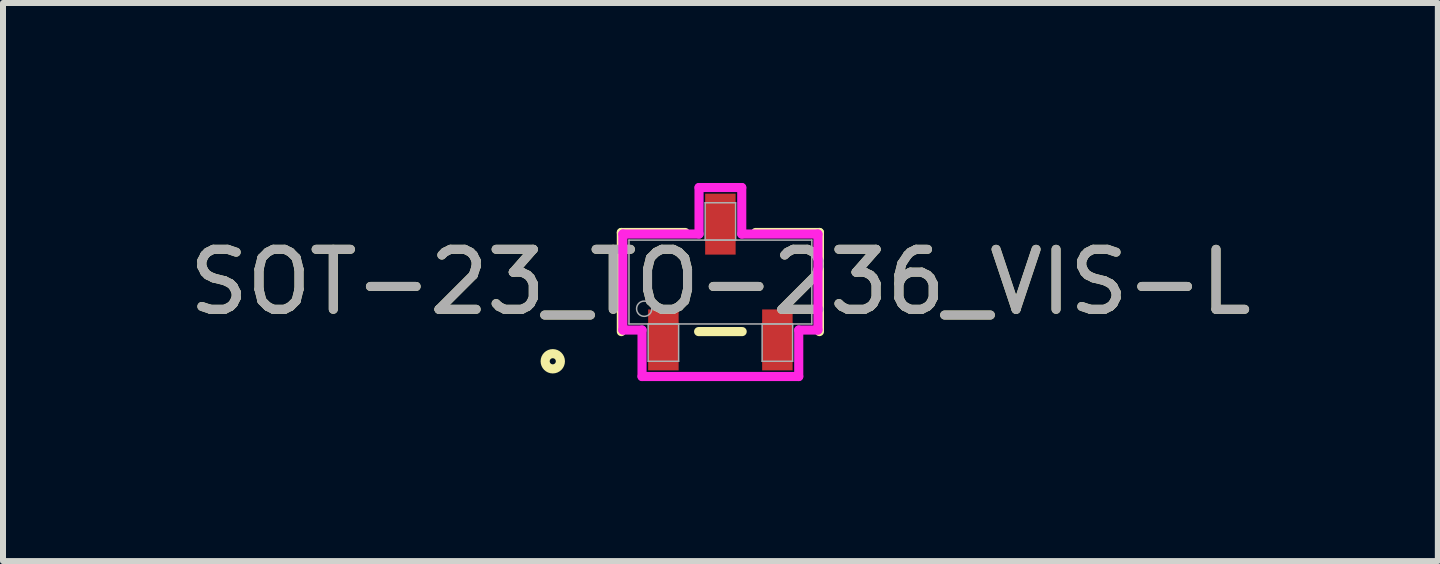
<source format=kicad_pcb>
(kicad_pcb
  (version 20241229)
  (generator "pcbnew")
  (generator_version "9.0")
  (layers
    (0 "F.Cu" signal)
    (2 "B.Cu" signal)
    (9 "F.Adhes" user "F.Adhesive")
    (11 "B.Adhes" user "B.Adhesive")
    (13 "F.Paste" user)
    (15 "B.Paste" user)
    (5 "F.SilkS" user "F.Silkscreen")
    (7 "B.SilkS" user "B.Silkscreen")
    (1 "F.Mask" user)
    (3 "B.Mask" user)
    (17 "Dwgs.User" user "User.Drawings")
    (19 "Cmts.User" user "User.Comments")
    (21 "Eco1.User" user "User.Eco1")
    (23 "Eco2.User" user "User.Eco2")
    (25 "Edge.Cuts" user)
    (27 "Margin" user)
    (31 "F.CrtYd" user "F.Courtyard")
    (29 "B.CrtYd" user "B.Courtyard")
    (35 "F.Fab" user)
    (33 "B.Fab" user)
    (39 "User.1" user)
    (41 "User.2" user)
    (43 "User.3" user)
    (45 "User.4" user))
  (footprint "SOT-23_TO-236_VIS-L"
    (layer "F.Cu")
    (at 8.958 1.651)
    (property "Reference" "SOT-23_TO-236_VIS-L" (at 0 0 0) (unlocked yes) (layer "F.SilkS") (effects (font (size 1 1) (thickness 0.15))))
    (attr smd)
    (fp_line (start -1.651 -0.826) (end -1.651 0.826) (stroke (width 0.152) (type solid)) (layer "F.SilkS"))
    (fp_line (start -0.587 -0.826) (end -1.651 -0.826) (stroke (width 0.152) (type solid)) (layer "F.SilkS"))
    (fp_line (start -0.363 0.826) (end 0.363 0.826) (stroke (width 0.152) (type solid)) (layer "F.SilkS"))
    (fp_line (start 1.651 -0.826) (end 0.587 -0.826) (stroke (width 0.152) (type solid)) (layer "F.SilkS"))
    (fp_line (start 1.651 0.826) (end 1.651 -0.826) (stroke (width 0.152) (type solid)) (layer "F.SilkS"))
    (fp_circle (center -2.794 1.321) (end -2.667 1.321) (stroke (width 0.152) (type solid)) (fill no) (layer "F.SilkS"))
    (fp_line (start -1.626 -0.8) (end -0.356 -0.8) (stroke (width 0.152) (type solid)) (layer "F.CrtYd"))
    (fp_line (start -1.626 0.8) (end -1.626 -0.8) (stroke (width 0.152) (type solid)) (layer "F.CrtYd"))
    (fp_line (start -1.626 0.8) (end -1.306 0.8) (stroke (width 0.152) (type solid)) (layer "F.CrtYd"))
    (fp_line (start -1.306 0.8) (end -1.306 1.575) (stroke (width 0.152) (type solid)) (layer "F.CrtYd"))
    (fp_line (start -1.306 1.575) (end 1.306 1.575) (stroke (width 0.152) (type solid)) (layer "F.CrtYd"))
    (fp_line (start -0.356 -1.575) (end 0.356 -1.575) (stroke (width 0.152) (type solid)) (layer "F.CrtYd"))
    (fp_line (start -0.356 -0.8) (end -0.356 -1.575) (stroke (width 0.152) (type solid)) (layer "F.CrtYd"))
    (fp_line (start 0.356 -0.8) (end 0.356 -1.575) (stroke (width 0.152) (type solid)) (layer "F.CrtYd"))
    (fp_line (start 1.306 0.8) (end 1.306 1.575) (stroke (width 0.152) (type solid)) (layer "F.CrtYd"))
    (fp_line (start 1.626 -0.8) (end 0.356 -0.8) (stroke (width 0.152) (type solid)) (layer "F.CrtYd"))
    (fp_line (start 1.626 -0.8) (end 1.626 0.8) (stroke (width 0.152) (type solid)) (layer "F.CrtYd"))
    (fp_line (start 1.626 0.8) (end 1.306 0.8) (stroke (width 0.152) (type solid)) (layer "F.CrtYd"))
    (fp_line (start -1.524 -0.699) (end -1.524 0.699) (stroke (width 0.025) (type solid)) (layer "F.Fab"))
    (fp_line (start -1.524 0.699) (end 1.524 0.699) (stroke (width 0.025) (type solid)) (layer "F.Fab"))
    (fp_line (start -1.204 0.699) (end -1.204 1.321) (stroke (width 0.025) (type solid)) (layer "F.Fab"))
    (fp_line (start -1.204 1.321) (end -0.696 1.321) (stroke (width 0.025) (type solid)) (layer "F.Fab"))
    (fp_line (start -0.696 0.699) (end -1.204 0.699) (stroke (width 0.025) (type solid)) (layer "F.Fab"))
    (fp_line (start -0.696 1.321) (end -0.696 0.699) (stroke (width 0.025) (type solid)) (layer "F.Fab"))
    (fp_line (start -0.254 -1.321) (end -0.254 -0.699) (stroke (width 0.025) (type solid)) (layer "F.Fab"))
    (fp_line (start -0.254 -0.699) (end 0.254 -0.699) (stroke (width 0.025) (type solid)) (layer "F.Fab"))
    (fp_line (start 0.254 -1.321) (end -0.254 -1.321) (stroke (width 0.025) (type solid)) (layer "F.Fab"))
    (fp_line (start 0.254 -0.699) (end 0.254 -1.321) (stroke (width 0.025) (type solid)) (layer "F.Fab"))
    (fp_line (start 0.696 0.699) (end 0.696 1.321) (stroke (width 0.025) (type solid)) (layer "F.Fab"))
    (fp_line (start 0.696 1.321) (end 1.204 1.321) (stroke (width 0.025) (type solid)) (layer "F.Fab"))
    (fp_line (start 1.204 0.699) (end 0.696 0.699) (stroke (width 0.025) (type solid)) (layer "F.Fab"))
    (fp_line (start 1.204 1.321) (end 1.204 0.699) (stroke (width 0.025) (type solid)) (layer "F.Fab"))
    (fp_line (start 1.524 -0.699) (end -1.524 -0.699) (stroke (width 0.025) (type solid)) (layer "F.Fab"))
    (fp_line (start 1.524 0.699) (end 1.524 -0.699) (stroke (width 0.025) (type solid)) (layer "F.Fab"))
    (fp_circle (center -1.27 0.445) (end -1.143 0.445) (stroke (width 0.025) (type solid)) (fill no) (layer "F.Fab"))
    (fp_text user "${REFERENCE}" (at 0 0 0) (unlocked yes) (layer "F.Fab") (effects (font (size 1 1) (thickness 0.15))))
    (pad "1" smd rect (at -0.95 0.965) (size 0.508 1.016) (layers "F.Cu" "F.Mask" "F.Paste"))
    (pad "2" smd rect (at 0.95 0.965) (size 0.508 1.016) (layers "F.Cu" "F.Mask" "F.Paste"))
    (pad "3" smd rect (at 0 -0.965) (size 0.508 1.016) (layers "F.Cu" "F.Mask" "F.Paste")))
  (gr_rect
    (start -3 -3)
    (end 20.917 6.302)
    (stroke (width 0.1) (type default))
    (fill no)
    (layer "Edge.Cuts")))
</source>
